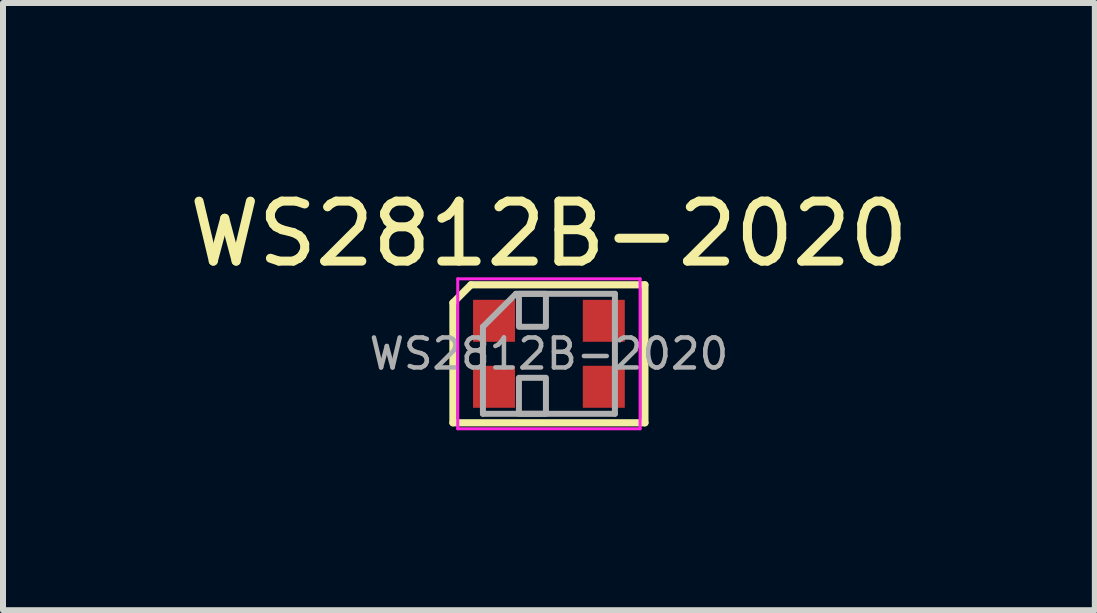
<source format=kicad_pcb>
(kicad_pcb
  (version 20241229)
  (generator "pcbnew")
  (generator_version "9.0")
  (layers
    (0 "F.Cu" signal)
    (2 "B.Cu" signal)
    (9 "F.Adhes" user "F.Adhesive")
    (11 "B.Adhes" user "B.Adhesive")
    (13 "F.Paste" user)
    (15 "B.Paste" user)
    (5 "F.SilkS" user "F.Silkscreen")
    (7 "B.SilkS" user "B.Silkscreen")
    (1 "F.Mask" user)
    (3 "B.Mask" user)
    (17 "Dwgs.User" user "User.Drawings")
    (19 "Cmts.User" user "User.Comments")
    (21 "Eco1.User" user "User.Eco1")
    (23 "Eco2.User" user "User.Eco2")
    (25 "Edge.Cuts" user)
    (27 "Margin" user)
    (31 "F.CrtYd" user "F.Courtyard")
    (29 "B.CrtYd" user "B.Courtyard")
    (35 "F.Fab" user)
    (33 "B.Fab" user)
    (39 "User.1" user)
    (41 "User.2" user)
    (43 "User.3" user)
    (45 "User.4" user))
  (footprint "WS2812B-2020"
    (layer "F.Cu")
    (at 6.101 2.848)
    (property "Reference" "WS2812B-2020" (at 0 -2 0) (layer "F.SilkS") (effects (font (size 1 1) (thickness 0.15))))
    (attr smd)
    (fp_line (start -1.6 1.15) (end -1.6 -0.85) (stroke (width 0.12) (type solid)) (layer "F.SilkS"))
    (fp_line (start -1.6 1.15) (end 1.6 1.15) (stroke (width 0.12) (type solid)) (layer "F.SilkS"))
    (fp_line (start -1.3 -1.15) (end -1.6 -0.85) (stroke (width 0.12) (type default)) (layer "F.SilkS"))
    (fp_line (start -1.3 -1.15) (end 1.6 -1.15) (stroke (width 0.12) (type solid)) (layer "F.SilkS"))
    (fp_line (start 1.6 -1.15) (end 1.6 1.15) (stroke (width 0.12) (type solid)) (layer "F.SilkS"))
    (fp_line (start -1.52 -1.25) (end -1.52 1.25) (stroke (width 0.05) (type solid)) (layer "F.CrtYd"))
    (fp_line (start -1.52 1.25) (end 1.52 1.25) (stroke (width 0.05) (type solid)) (layer "F.CrtYd"))
    (fp_line (start 1.52 -1.25) (end -1.52 -1.25) (stroke (width 0.05) (type solid)) (layer "F.CrtYd"))
    (fp_line (start 1.52 1.25) (end 1.52 -1.25) (stroke (width 0.05) (type solid)) (layer "F.CrtYd"))
    (fp_line (start -1.1 -0.45) (end -1.1 1) (stroke (width 0.1) (type solid)) (layer "F.Fab"))
    (fp_line (start -1.1 1) (end 1.1 1) (stroke (width 0.1) (type solid)) (layer "F.Fab"))
    (fp_line (start -0.55 -1) (end -1.1 -0.45) (stroke (width 0.1) (type solid)) (layer "F.Fab"))
    (fp_line (start 1.1 -1) (end -0.55 -1) (stroke (width 0.1) (type solid)) (layer "F.Fab"))
    (fp_line (start 1.1 -1) (end 1.1 1) (stroke (width 0.1) (type solid)) (layer "F.Fab"))
    (fp_rect (start -0.5 -1) (end -0.05 -0.45) (stroke (width 0.1) (type solid)) (fill no) (layer "F.Fab"))
    (fp_rect (start -0.5 0.4) (end -0.05 1) (stroke (width 0.1) (type solid)) (fill no) (layer "F.Fab"))
    (fp_text user "${REFERENCE}" (at 0 0 0) (layer "F.Fab") (effects (font (size 0.5 0.5) (thickness 0.075))))
    (pad "1" smd rect (at -0.915 -0.55) (size 0.7 0.7) (layers "F.Cu" "F.Mask" "F.Paste"))
    (pad "2" smd rect (at -0.915 0.55) (size 0.7 0.7) (layers "F.Cu" "F.Mask" "F.Paste"))
    (pad "3" smd rect (at 0.915 0.55) (size 0.7 0.7) (layers "F.Cu" "F.Mask" "F.Paste"))
    (pad "4" smd rect (at 0.915 -0.55) (size 0.7 0.7) (layers "F.Cu" "F.Mask" "F.Paste")))
  (gr_rect
    (start -3 -3)
    (end 15.202 7.123)
    (stroke (width 0.1) (type default))
    (fill no)
    (layer "Edge.Cuts")))
</source>
